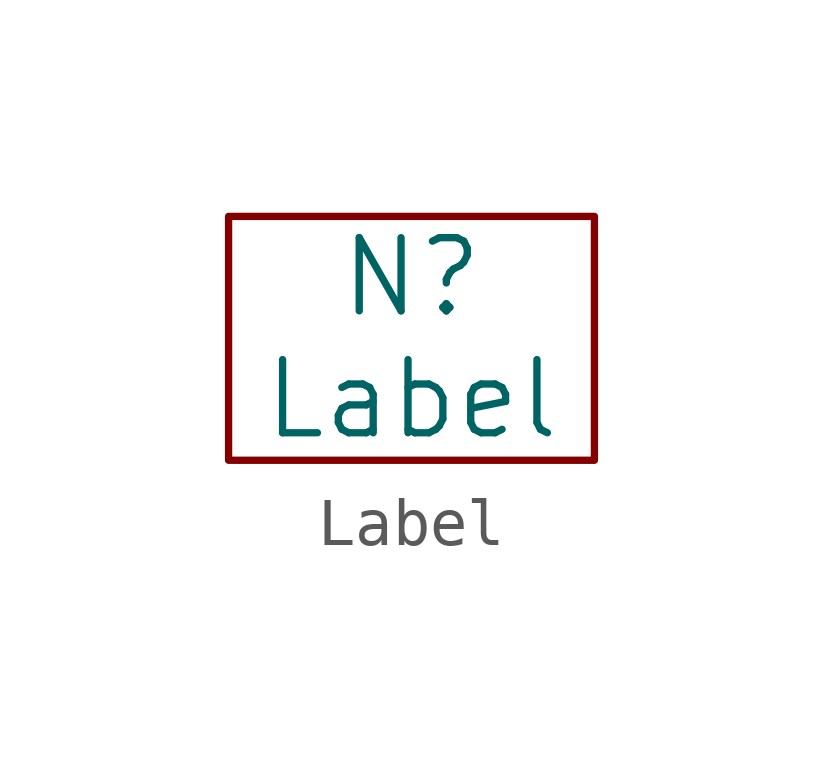
<source format=kicad_sym>
(kicad_symbol_lib
  (version 20211014)
  (generator kicad_symbol_editor)
  (symbol "Label"
    (pin_names
      (offset 1.016))
    (property "Reference" "N"
      (at 0 1.27 0)
      (effects (font (size 1.524 1.524))))
    (property "Value" "Label"
      (at 0 -1.27 0)
      (effects (font (size 1.524 1.524))))
    (symbol "Label_0_1"
      (rectangle (start -3.81 2.54) (end 3.81 -2.54) (stroke (width 0) (type default) (color 0 0 0 0)) (fill (type none))))))
</source>
